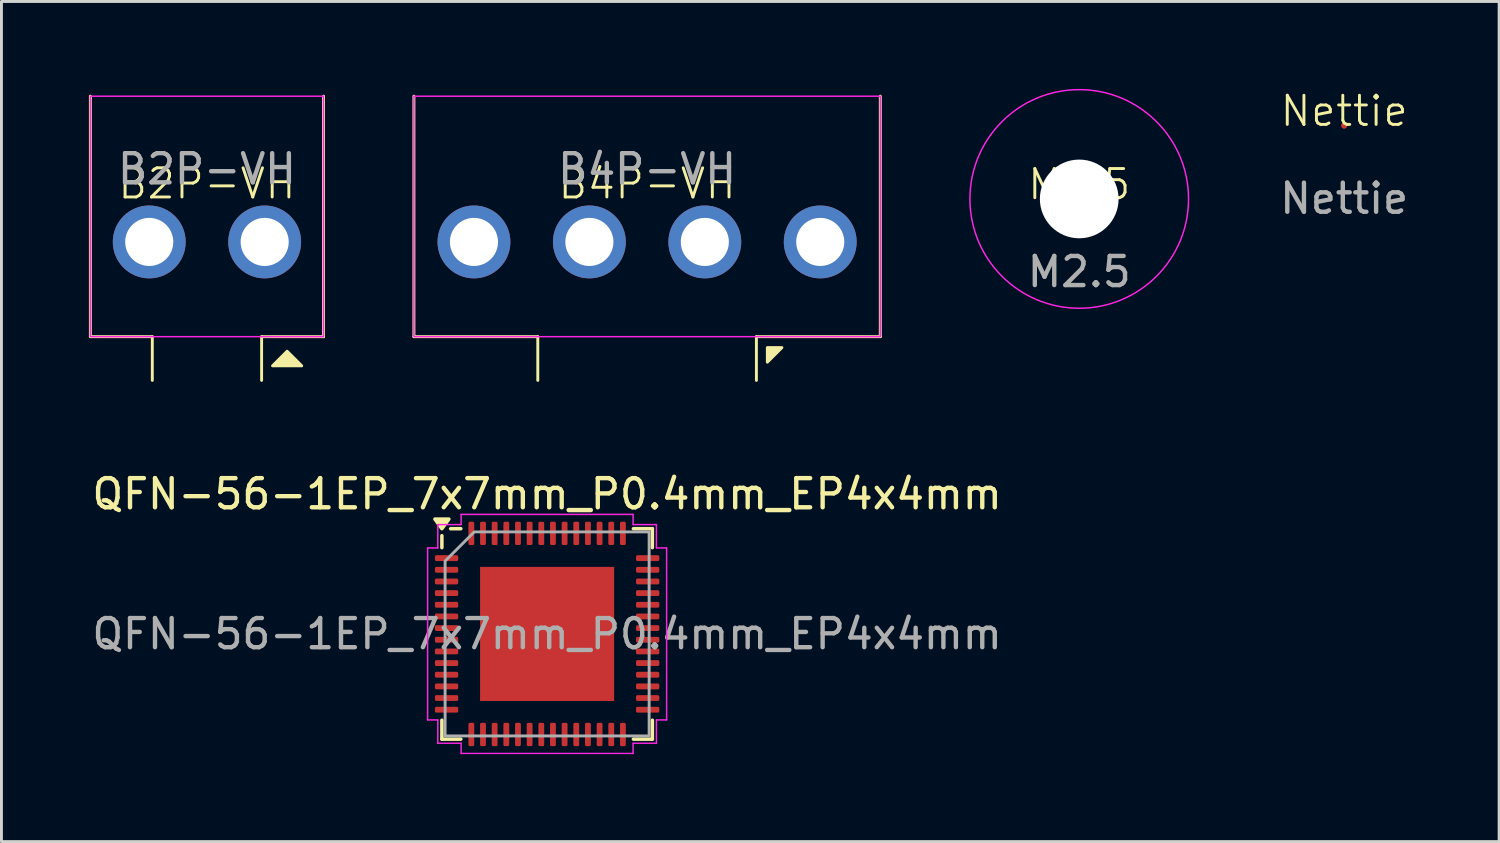
<source format=kicad_pcb>
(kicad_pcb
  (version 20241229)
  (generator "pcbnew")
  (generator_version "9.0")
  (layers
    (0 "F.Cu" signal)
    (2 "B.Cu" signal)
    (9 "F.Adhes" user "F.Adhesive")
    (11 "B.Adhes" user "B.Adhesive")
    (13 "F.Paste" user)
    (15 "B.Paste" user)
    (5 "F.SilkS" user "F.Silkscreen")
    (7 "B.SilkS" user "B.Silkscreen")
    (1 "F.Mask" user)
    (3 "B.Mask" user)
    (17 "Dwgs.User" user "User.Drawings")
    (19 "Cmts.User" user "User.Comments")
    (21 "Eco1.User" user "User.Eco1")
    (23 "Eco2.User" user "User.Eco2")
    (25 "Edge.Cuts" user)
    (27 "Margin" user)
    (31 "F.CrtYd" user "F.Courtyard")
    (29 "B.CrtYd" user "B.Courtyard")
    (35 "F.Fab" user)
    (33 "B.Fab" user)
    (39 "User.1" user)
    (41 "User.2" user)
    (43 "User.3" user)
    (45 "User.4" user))
  (footprint "B2P-VH"
    (layer "F.Cu")
    (at 4.05 0.25)
    (property "Reference" "B2P-VH" (at 0 3 0) (unlocked yes) (layer "F.SilkS") (effects (font (size 1 1) (thickness 0.1))))
    (attr smd)
    (fp_line (start -4 8.25) (end -4 0) (stroke (width 0.1) (type default)) (layer "F.SilkS"))
    (fp_line (start -4 8.25) (end -1.875 8.25) (stroke (width 0.1) (type default)) (layer "F.SilkS"))
    (fp_line (start -1.875 9.75) (end -1.875 8.25) (stroke (width 0.1) (type default)) (layer "F.SilkS"))
    (fp_line (start 1.875 8.25) (end 1.875 9.75) (stroke (width 0.1) (type default)) (layer "F.SilkS"))
    (fp_line (start 4 0) (end 4 8.25) (stroke (width 0.1) (type default)) (layer "F.SilkS"))
    (fp_line (start 4 8.25) (end 1.875 8.25) (stroke (width 0.1) (type default)) (layer "F.SilkS"))
    (fp_poly (pts (xy 2.75 8.75) (xy 2.25 9.25) (xy 3.25 9.25)) (stroke (width 0.1) (type solid)) (fill yes) (layer "F.SilkS"))
    (fp_rect (start -4 0) (end 4 8.25) (stroke (width 0.05) (type default)) (fill no) (layer "F.CrtYd"))
    (fp_text user "${REFERENCE}" (at 0 2.5 0) (unlocked yes) (layer "F.Fab") (effects (font (size 1 1) (thickness 0.15))))
    (pad "1" thru_hole circle (at 1.98 5) (size 2.5 2.5) (drill 1.65) (layers "*.Cu" "*.Mask"))
    (pad "2" thru_hole circle (at -1.98 5) (size 2.5 2.5) (drill 1.65) (layers "*.Cu" "*.Mask")))
  (footprint "Nettie"
    (layer "F.Cu")
    (at 43.065 1.26)
    (property "Reference" "Nettie" (at 0 -0.5 0) (unlocked yes) (layer "F.SilkS") (effects (font (size 1 1) (thickness 0.1))))
    (attr smd)
    (fp_text user "${REFERENCE}" (at 0 2.5 0) (unlocked yes) (layer "F.Fab") (effects (font (size 1 1) (thickness 0.15))))
    (pad "1" smd circle (at 0 0) (size 0.2 0.2) (layers "F.Cu" "F.Mask" "F.Paste"))
    (pad "2" smd circle (at 0 0) (size 0.2 0.2) (layers "F.Cu")))
  (footprint "B4P-VH"
    (layer "F.Cu")
    (at 19.15 0.25)
    (property "Reference" "B4P-VH" (at 0 3 0) (unlocked yes) (layer "F.SilkS") (effects (font (size 1 1) (thickness 0.1))))
    (attr smd)
    (fp_line (start -8 8.25) (end -8 0) (stroke (width 0.1) (type default)) (layer "F.SilkS"))
    (fp_line (start -8 8.25) (end -3.75 8.25) (stroke (width 0.1) (type default)) (layer "F.SilkS"))
    (fp_line (start -3.75 9.75) (end -3.75 8.25) (stroke (width 0.1) (type default)) (layer "F.SilkS"))
    (fp_line (start 3.75 8.25) (end 3.75 9.75) (stroke (width 0.1) (type default)) (layer "F.SilkS"))
    (fp_line (start 8 0) (end 8 8.25) (stroke (width 0.1) (type default)) (layer "F.SilkS"))
    (fp_line (start 8 8.25) (end 3.75 8.25) (stroke (width 0.1) (type default)) (layer "F.SilkS"))
    (fp_poly (pts (xy 4.125 8.625) (xy 4.125 9.125) (xy 4.625 8.625)) (stroke (width 0.1) (type solid)) (fill yes) (layer "F.SilkS"))
    (fp_rect (start -8 0) (end 8 8.25) (stroke (width 0.05) (type default)) (fill no) (layer "F.CrtYd"))
    (fp_text user "${REFERENCE}" (at 0 2.5 0) (unlocked yes) (layer "F.Fab") (effects (font (size 1 1) (thickness 0.15))))
    (pad "1" thru_hole circle (at 5.94 5) (size 2.5 2.5) (drill 1.65) (layers "*.Cu" "*.Mask"))
    (pad "2" thru_hole circle (at 1.98 5) (size 2.5 2.5) (drill 1.65) (layers "*.Cu" "*.Mask"))
    (pad "3" thru_hole circle (at -1.98 5) (size 2.5 2.5) (drill 1.65) (layers "*.Cu" "*.Mask"))
    (pad "4" thru_hole circle (at -5.94 5) (size 2.5 2.5) (drill 1.65) (layers "*.Cu" "*.Mask")))
  (footprint "QFN-56-1EP_7x7mm_P0.4mm_EP4x4mm"
    (layer "F.Cu")
    (at 15.72 18.698)
    (property "Reference" "QFN-56-1EP_7x7mm_P0.4mm_EP4x4mm" (at 0 -4.8 0) (layer "F.SilkS") (effects (font (size 1 1) (thickness 0.15))))
    (attr smd)
    (fp_line (start -3.61 -2.96) (end -3.61 -3.37) (stroke (width 0.12) (type solid)) (layer "F.SilkS"))
    (fp_line (start -3.61 3.61) (end -3.61 2.96) (stroke (width 0.12) (type solid)) (layer "F.SilkS"))
    (fp_line (start -2.96 -3.61) (end -3.31 -3.61) (stroke (width 0.12) (type solid)) (layer "F.SilkS"))
    (fp_line (start -2.96 3.61) (end -3.61 3.61) (stroke (width 0.12) (type solid)) (layer "F.SilkS"))
    (fp_line (start 2.96 -3.61) (end 3.61 -3.61) (stroke (width 0.12) (type solid)) (layer "F.SilkS"))
    (fp_line (start 2.96 3.61) (end 3.61 3.61) (stroke (width 0.12) (type solid)) (layer "F.SilkS"))
    (fp_line (start 3.61 -3.61) (end 3.61 -2.96) (stroke (width 0.12) (type solid)) (layer "F.SilkS"))
    (fp_line (start 3.61 3.61) (end 3.61 2.96) (stroke (width 0.12) (type solid)) (layer "F.SilkS"))
    (fp_poly (pts (xy -3.61 -3.61) (xy -3.85 -3.94) (xy -3.37 -3.94)) (stroke (width 0.12) (type solid)) (fill yes) (layer "F.SilkS"))
    (fp_line (start -4.1 -2.95) (end -3.75 -2.95) (stroke (width 0.05) (type solid)) (layer "F.CrtYd"))
    (fp_line (start -4.1 2.95) (end -4.1 -2.95) (stroke (width 0.05) (type solid)) (layer "F.CrtYd"))
    (fp_line (start -3.75 -3.75) (end -2.95 -3.75) (stroke (width 0.05) (type solid)) (layer "F.CrtYd"))
    (fp_line (start -3.75 -2.95) (end -3.75 -3.75) (stroke (width 0.05) (type solid)) (layer "F.CrtYd"))
    (fp_line (start -3.75 2.95) (end -4.1 2.95) (stroke (width 0.05) (type solid)) (layer "F.CrtYd"))
    (fp_line (start -3.75 3.75) (end -3.75 2.95) (stroke (width 0.05) (type solid)) (layer "F.CrtYd"))
    (fp_line (start -2.95 -4.1) (end 2.95 -4.1) (stroke (width 0.05) (type solid)) (layer "F.CrtYd"))
    (fp_line (start -2.95 -3.75) (end -2.95 -4.1) (stroke (width 0.05) (type solid)) (layer "F.CrtYd"))
    (fp_line (start -2.95 3.75) (end -3.75 3.75) (stroke (width 0.05) (type solid)) (layer "F.CrtYd"))
    (fp_line (start -2.95 4.1) (end -2.95 3.75) (stroke (width 0.05) (type solid)) (layer "F.CrtYd"))
    (fp_line (start 2.95 -4.1) (end 2.95 -3.75) (stroke (width 0.05) (type solid)) (layer "F.CrtYd"))
    (fp_line (start 2.95 -3.75) (end 3.75 -3.75) (stroke (width 0.05) (type solid)) (layer "F.CrtYd"))
    (fp_line (start 2.95 3.75) (end 2.95 4.1) (stroke (width 0.05) (type solid)) (layer "F.CrtYd"))
    (fp_line (start 2.95 4.1) (end -2.95 4.1) (stroke (width 0.05) (type solid)) (layer "F.CrtYd"))
    (fp_line (start 3.75 -3.75) (end 3.75 -2.95) (stroke (width 0.05) (type solid)) (layer "F.CrtYd"))
    (fp_line (start 3.75 -2.95) (end 4.1 -2.95) (stroke (width 0.05) (type solid)) (layer "F.CrtYd"))
    (fp_line (start 3.75 2.95) (end 3.75 3.75) (stroke (width 0.05) (type solid)) (layer "F.CrtYd"))
    (fp_line (start 3.75 3.75) (end 2.95 3.75) (stroke (width 0.05) (type solid)) (layer "F.CrtYd"))
    (fp_line (start 4.1 -2.95) (end 4.1 2.95) (stroke (width 0.05) (type solid)) (layer "F.CrtYd"))
    (fp_line (start 4.1 2.95) (end 3.75 2.95) (stroke (width 0.05) (type solid)) (layer "F.CrtYd"))
    (fp_poly (pts (xy -3.5 -2.5) (xy -3.5 3.5) (xy 3.5 3.5) (xy 3.5 -3.5) (xy -2.5 -3.5)) (stroke (width 0.1) (type solid)) (fill no) (layer "F.Fab"))
    (fp_text user "${REFERENCE}" (at 0 0 0) (layer "F.Fab") (effects (font (size 1 1) (thickness 0.15))))
    (pad "" smd roundrect (at -1.33 -1.33) (size 1.07 1.07) (layers "F.Paste") (roundrect_rratio 0.234))
    (pad "" smd roundrect (at -1.33 0) (size 1.07 1.07) (layers "F.Paste") (roundrect_rratio 0.234))
    (pad "" smd roundrect (at -1.33 1.33) (size 1.07 1.07) (layers "F.Paste") (roundrect_rratio 0.234))
    (pad "" smd roundrect (at 0 -1.33) (size 1.07 1.07) (layers "F.Paste") (roundrect_rratio 0.234))
    (pad "" smd roundrect (at 0 0) (size 1.07 1.07) (layers "F.Paste") (roundrect_rratio 0.234))
    (pad "" smd roundrect (at 0 1.33) (size 1.07 1.07) (layers "F.Paste") (roundrect_rratio 0.234))
    (pad "" smd roundrect (at 1.33 -1.33) (size 1.07 1.07) (layers "F.Paste") (roundrect_rratio 0.234))
    (pad "" smd roundrect (at 1.33 0) (size 1.07 1.07) (layers "F.Paste") (roundrect_rratio 0.234))
    (pad "" smd roundrect (at 1.33 1.33) (size 1.07 1.07) (layers "F.Paste") (roundrect_rratio 0.234))
    (pad "1" smd roundrect (at -3.45 -2.6) (size 0.8 0.2) (layers "F.Cu" "F.Mask" "F.Paste") (roundrect_rratio 0.25))
    (pad "2" smd roundrect (at -3.45 -2.2) (size 0.8 0.2) (layers "F.Cu" "F.Mask" "F.Paste") (roundrect_rratio 0.25))
    (pad "3" smd roundrect (at -3.45 -1.8) (size 0.8 0.2) (layers "F.Cu" "F.Mask" "F.Paste") (roundrect_rratio 0.25))
    (pad "4" smd roundrect (at -3.45 -1.4) (size 0.8 0.2) (layers "F.Cu" "F.Mask" "F.Paste") (roundrect_rratio 0.25))
    (pad "5" smd roundrect (at -3.45 -1) (size 0.8 0.2) (layers "F.Cu" "F.Mask" "F.Paste") (roundrect_rratio 0.25))
    (pad "6" smd roundrect (at -3.45 -0.6) (size 0.8 0.2) (layers "F.Cu" "F.Mask" "F.Paste") (roundrect_rratio 0.25))
    (pad "7" smd roundrect (at -3.45 -0.2) (size 0.8 0.2) (layers "F.Cu" "F.Mask" "F.Paste") (roundrect_rratio 0.25))
    (pad "8" smd roundrect (at -3.45 0.2) (size 0.8 0.2) (layers "F.Cu" "F.Mask" "F.Paste") (roundrect_rratio 0.25))
    (pad "9" smd roundrect (at -3.45 0.6) (size 0.8 0.2) (layers "F.Cu" "F.Mask" "F.Paste") (roundrect_rratio 0.25))
    (pad "10" smd roundrect (at -3.45 1) (size 0.8 0.2) (layers "F.Cu" "F.Mask" "F.Paste") (roundrect_rratio 0.25))
    (pad "11" smd roundrect (at -3.45 1.4) (size 0.8 0.2) (layers "F.Cu" "F.Mask" "F.Paste") (roundrect_rratio 0.25))
    (pad "12" smd roundrect (at -3.45 1.8) (size 0.8 0.2) (layers "F.Cu" "F.Mask" "F.Paste") (roundrect_rratio 0.25))
    (pad "13" smd roundrect (at -3.45 2.2) (size 0.8 0.2) (layers "F.Cu" "F.Mask" "F.Paste") (roundrect_rratio 0.25))
    (pad "14" smd roundrect (at -3.45 2.6) (size 0.8 0.2) (layers "F.Cu" "F.Mask" "F.Paste") (roundrect_rratio 0.25))
    (pad "15" smd roundrect (at -2.6 3.45) (size 0.2 0.8) (layers "F.Cu" "F.Mask" "F.Paste") (roundrect_rratio 0.25))
    (pad "16" smd roundrect (at -2.2 3.45) (size 0.2 0.8) (layers "F.Cu" "F.Mask" "F.Paste") (roundrect_rratio 0.25))
    (pad "17" smd roundrect (at -1.8 3.45) (size 0.2 0.8) (layers "F.Cu" "F.Mask" "F.Paste") (roundrect_rratio 0.25))
    (pad "18" smd roundrect (at -1.4 3.45) (size 0.2 0.8) (layers "F.Cu" "F.Mask" "F.Paste") (roundrect_rratio 0.25))
    (pad "19" smd roundrect (at -1 3.45) (size 0.2 0.8) (layers "F.Cu" "F.Mask" "F.Paste") (roundrect_rratio 0.25))
    (pad "20" smd roundrect (at -0.6 3.45) (size 0.2 0.8) (layers "F.Cu" "F.Mask" "F.Paste") (roundrect_rratio 0.25))
    (pad "21" smd roundrect (at -0.2 3.45) (size 0.2 0.8) (layers "F.Cu" "F.Mask" "F.Paste") (roundrect_rratio 0.25))
    (pad "22" smd roundrect (at 0.2 3.45) (size 0.2 0.8) (layers "F.Cu" "F.Mask" "F.Paste") (roundrect_rratio 0.25))
    (pad "23" smd roundrect (at 0.6 3.45) (size 0.2 0.8) (layers "F.Cu" "F.Mask" "F.Paste") (roundrect_rratio 0.25))
    (pad "24" smd roundrect (at 1 3.45) (size 0.2 0.8) (layers "F.Cu" "F.Mask" "F.Paste") (roundrect_rratio 0.25))
    (pad "25" smd roundrect (at 1.4 3.45) (size 0.2 0.8) (layers "F.Cu" "F.Mask" "F.Paste") (roundrect_rratio 0.25))
    (pad "26" smd roundrect (at 1.8 3.45) (size 0.2 0.8) (layers "F.Cu" "F.Mask" "F.Paste") (roundrect_rratio 0.25))
    (pad "27" smd roundrect (at 2.2 3.45) (size 0.2 0.8) (layers "F.Cu" "F.Mask" "F.Paste") (roundrect_rratio 0.25))
    (pad "28" smd roundrect (at 2.6 3.45) (size 0.2 0.8) (layers "F.Cu" "F.Mask" "F.Paste") (roundrect_rratio 0.25))
    (pad "29" smd roundrect (at 3.45 2.6) (size 0.8 0.2) (layers "F.Cu" "F.Mask" "F.Paste") (roundrect_rratio 0.25))
    (pad "30" smd roundrect (at 3.45 2.2) (size 0.8 0.2) (layers "F.Cu" "F.Mask" "F.Paste") (roundrect_rratio 0.25))
    (pad "31" smd roundrect (at 3.45 1.8) (size 0.8 0.2) (layers "F.Cu" "F.Mask" "F.Paste") (roundrect_rratio 0.25))
    (pad "32" smd roundrect (at 3.45 1.4) (size 0.8 0.2) (layers "F.Cu" "F.Mask" "F.Paste") (roundrect_rratio 0.25))
    (pad "33" smd roundrect (at 3.45 1) (size 0.8 0.2) (layers "F.Cu" "F.Mask" "F.Paste") (roundrect_rratio 0.25))
    (pad "34" smd roundrect (at 3.45 0.6) (size 0.8 0.2) (layers "F.Cu" "F.Mask" "F.Paste") (roundrect_rratio 0.25))
    (pad "35" smd roundrect (at 3.45 0.2) (size 0.8 0.2) (layers "F.Cu" "F.Mask" "F.Paste") (roundrect_rratio 0.25))
    (pad "36" smd roundrect (at 3.45 -0.2) (size 0.8 0.2) (layers "F.Cu" "F.Mask" "F.Paste") (roundrect_rratio 0.25))
    (pad "37" smd roundrect (at 3.45 -0.6) (size 0.8 0.2) (layers "F.Cu" "F.Mask" "F.Paste") (roundrect_rratio 0.25))
    (pad "38" smd roundrect (at 3.45 -1) (size 0.8 0.2) (layers "F.Cu" "F.Mask" "F.Paste") (roundrect_rratio 0.25))
    (pad "39" smd roundrect (at 3.45 -1.4) (size 0.8 0.2) (layers "F.Cu" "F.Mask" "F.Paste") (roundrect_rratio 0.25))
    (pad "40" smd roundrect (at 3.45 -1.8) (size 0.8 0.2) (layers "F.Cu" "F.Mask" "F.Paste") (roundrect_rratio 0.25))
    (pad "41" smd roundrect (at 3.45 -2.2) (size 0.8 0.2) (layers "F.Cu" "F.Mask" "F.Paste") (roundrect_rratio 0.25))
    (pad "42" smd roundrect (at 3.45 -2.6) (size 0.8 0.2) (layers "F.Cu" "F.Mask" "F.Paste") (roundrect_rratio 0.25))
    (pad "43" smd roundrect (at 2.6 -3.45) (size 0.2 0.8) (layers "F.Cu" "F.Mask" "F.Paste") (roundrect_rratio 0.25))
    (pad "44" smd roundrect (at 2.2 -3.45) (size 0.2 0.8) (layers "F.Cu" "F.Mask" "F.Paste") (roundrect_rratio 0.25))
    (pad "45" smd roundrect (at 1.8 -3.45) (size 0.2 0.8) (layers "F.Cu" "F.Mask" "F.Paste") (roundrect_rratio 0.25))
    (pad "46" smd roundrect (at 1.4 -3.45) (size 0.2 0.8) (layers "F.Cu" "F.Mask" "F.Paste") (roundrect_rratio 0.25))
    (pad "47" smd roundrect (at 1 -3.45) (size 0.2 0.8) (layers "F.Cu" "F.Mask" "F.Paste") (roundrect_rratio 0.25))
    (pad "48" smd roundrect (at 0.6 -3.45) (size 0.2 0.8) (layers "F.Cu" "F.Mask" "F.Paste") (roundrect_rratio 0.25))
    (pad "49" smd roundrect (at 0.2 -3.45) (size 0.2 0.8) (layers "F.Cu" "F.Mask" "F.Paste") (roundrect_rratio 0.25))
    (pad "50" smd roundrect (at -0.2 -3.45) (size 0.2 0.8) (layers "F.Cu" "F.Mask" "F.Paste") (roundrect_rratio 0.25))
    (pad "51" smd roundrect (at -0.6 -3.45) (size 0.2 0.8) (layers "F.Cu" "F.Mask" "F.Paste") (roundrect_rratio 0.25))
    (pad "52" smd roundrect (at -1 -3.45) (size 0.2 0.8) (layers "F.Cu" "F.Mask" "F.Paste") (roundrect_rratio 0.25))
    (pad "53" smd roundrect (at -1.4 -3.45) (size 0.2 0.8) (layers "F.Cu" "F.Mask" "F.Paste") (roundrect_rratio 0.25))
    (pad "54" smd roundrect (at -1.8 -3.45) (size 0.2 0.8) (layers "F.Cu" "F.Mask" "F.Paste") (roundrect_rratio 0.25))
    (pad "55" smd roundrect (at -2.2 -3.45) (size 0.2 0.8) (layers "F.Cu" "F.Mask" "F.Paste") (roundrect_rratio 0.25))
    (pad "56" smd roundrect (at -2.6 -3.45) (size 0.2 0.8) (layers "F.Cu" "F.Mask" "F.Paste") (roundrect_rratio 0.25))
    (pad "57" smd rect (at 0 0) (size 4.6 4.6) (property pad_prop_heatsink) (layers "F.Cu" "F.Mask")))
  (footprint "M2.5"
    (layer "F.Cu")
    (at 33.975 3.775)
    (property "Reference" "M2.5" (at 0 -0.5 0) (unlocked yes) (layer "F.SilkS") (effects (font (size 1 1) (thickness 0.1))))
    (attr smd)
    (fp_circle (center 0 0) (end 3.75 0) (stroke (width 0.05) (type solid)) (fill no) (layer "F.CrtYd"))
    (fp_text user "${REFERENCE}" (at 0 2.5 0) (unlocked yes) (layer "F.Fab") (effects (font (size 1 1) (thickness 0.15))))
    (pad "" np_thru_hole circle (at 0 0) (size 2.7 2.7) (drill 2.7) (layers "*.Cu" "*.Mask")))
  (gr_rect
    (start -3 -3)
    (end 48.381 25.823)
    (stroke (width 0.1) (type default))
    (fill no)
    (layer "Edge.Cuts")))
</source>
